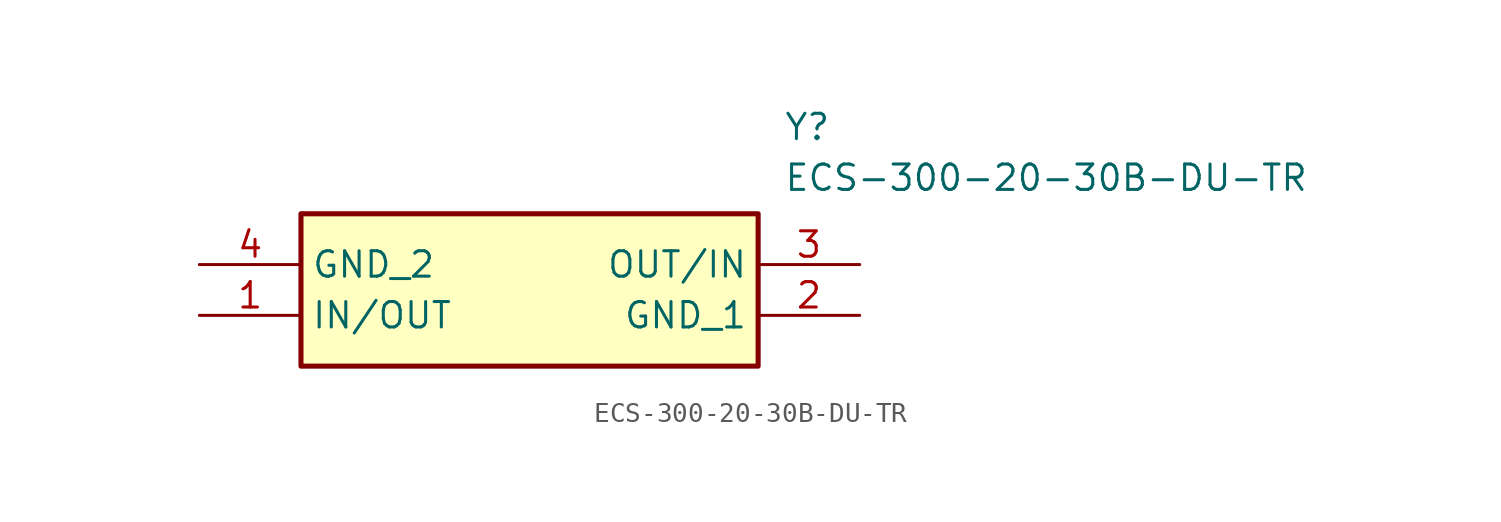
<source format=kicad_sym>
(kicad_symbol_lib
  (version 20211014)
  (generator SamacSys_ECAD_Model)
  (symbol "ECS-300-20-30B-DU-TR"
    (property "Reference" "Y"
      (at 29.21 7.62 0)
      (effects (font (size 1.27 1.27)) (justify left top)))
    (property "Value" "ECS-300-20-30B-DU-TR"
      (at 29.21 5.08 0)
      (effects (font (size 1.27 1.27)) (justify left top)))
    (rectangle
      (start 5.08 2.54)
      (end 27.94 -5.08)
      (stroke (width 0.254) (type default))
      (fill (type background)))
    (pin passive line
      (at 0 -2.54 0)
      (length 5.08)
      (name "IN/OUT" (effects (font (size 1.27 1.27))))
      (number "1" (effects (font (size 1.27 1.27)))))
    (pin passive line
      (at 33.02 -2.54 180)
      (length 5.08)
      (name "GND_1" (effects (font (size 1.27 1.27))))
      (number "2" (effects (font (size 1.27 1.27)))))
    (pin passive line
      (at 33.02 0 180)
      (length 5.08)
      (name "OUT/IN" (effects (font (size 1.27 1.27))))
      (number "3" (effects (font (size 1.27 1.27)))))
    (pin passive line
      (at 0 0 0)
      (length 5.08)
      (name "GND_2" (effects (font (size 1.27 1.27))))
      (number "4" (effects (font (size 1.27 1.27)))))))
</source>
